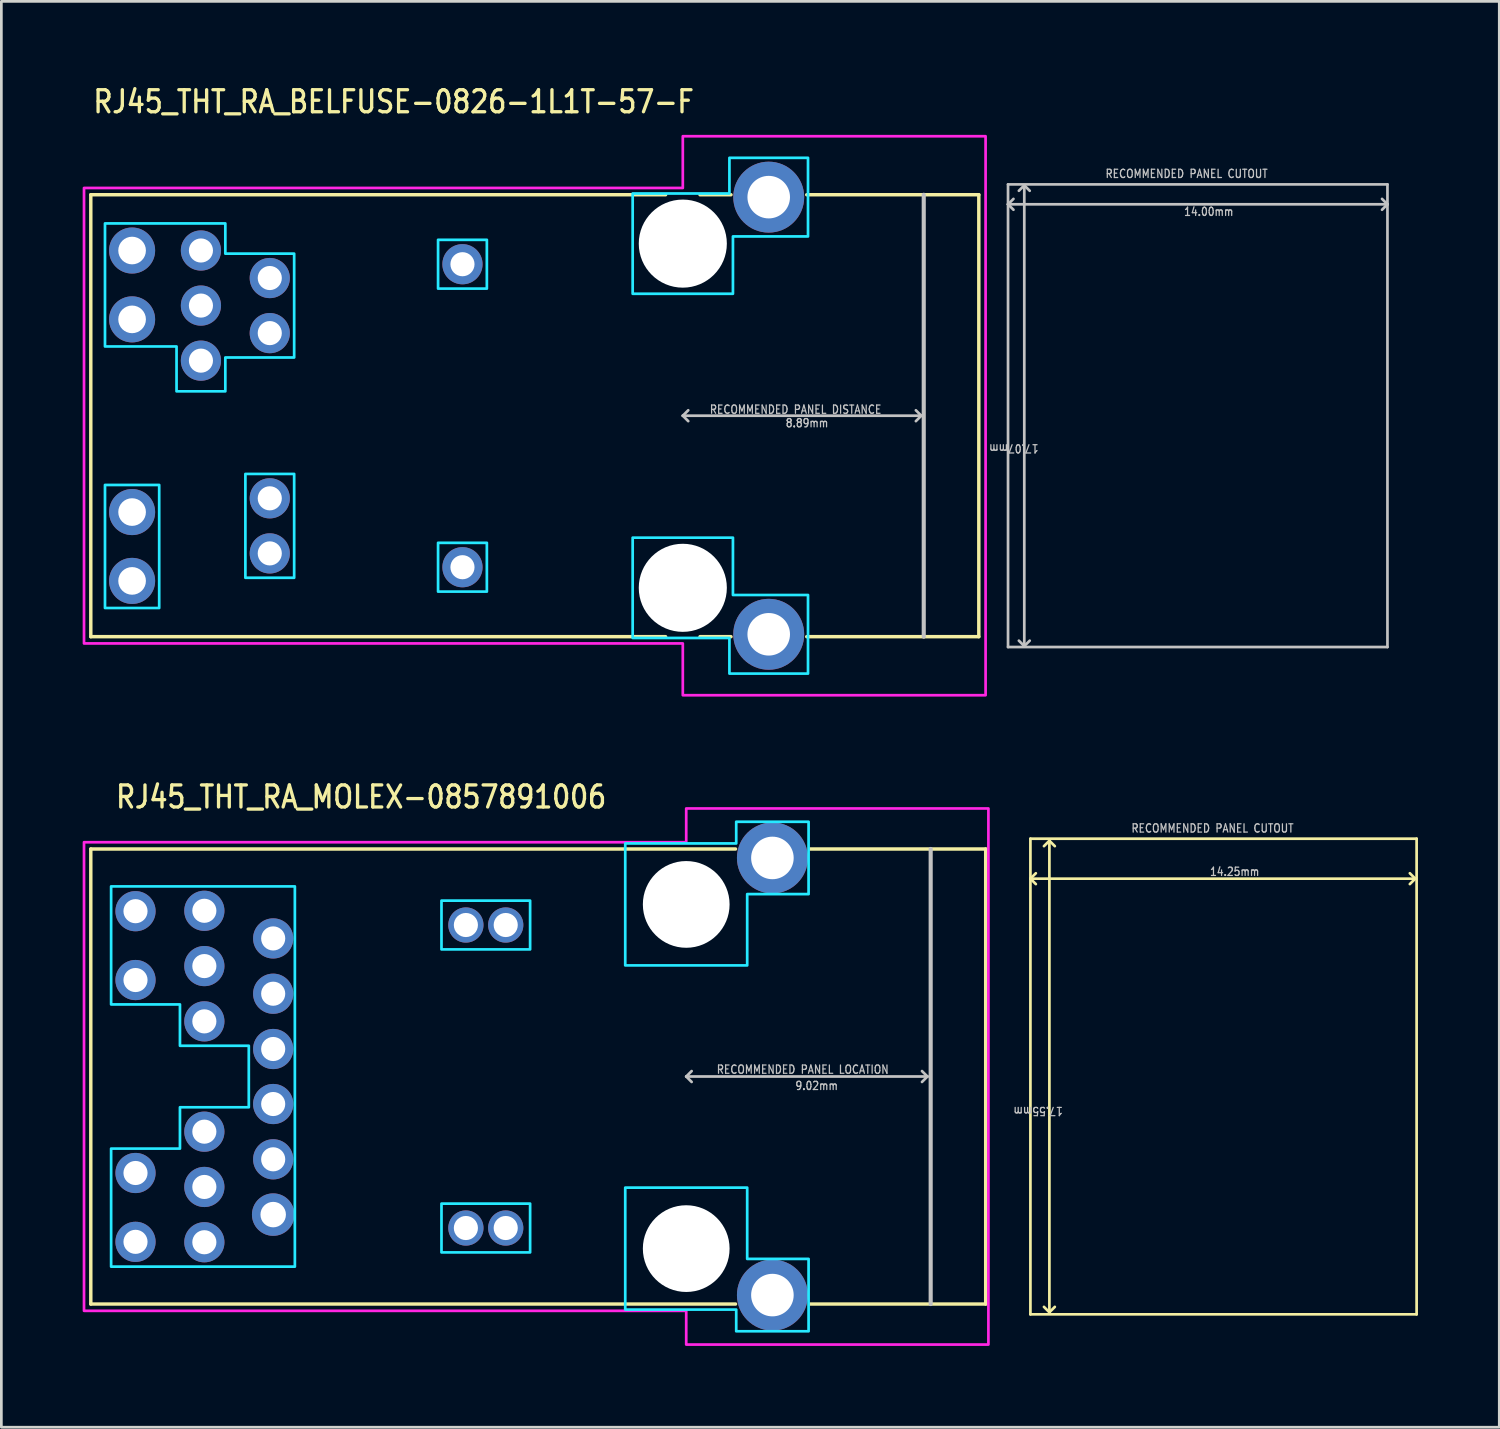
<source format=kicad_pcb>
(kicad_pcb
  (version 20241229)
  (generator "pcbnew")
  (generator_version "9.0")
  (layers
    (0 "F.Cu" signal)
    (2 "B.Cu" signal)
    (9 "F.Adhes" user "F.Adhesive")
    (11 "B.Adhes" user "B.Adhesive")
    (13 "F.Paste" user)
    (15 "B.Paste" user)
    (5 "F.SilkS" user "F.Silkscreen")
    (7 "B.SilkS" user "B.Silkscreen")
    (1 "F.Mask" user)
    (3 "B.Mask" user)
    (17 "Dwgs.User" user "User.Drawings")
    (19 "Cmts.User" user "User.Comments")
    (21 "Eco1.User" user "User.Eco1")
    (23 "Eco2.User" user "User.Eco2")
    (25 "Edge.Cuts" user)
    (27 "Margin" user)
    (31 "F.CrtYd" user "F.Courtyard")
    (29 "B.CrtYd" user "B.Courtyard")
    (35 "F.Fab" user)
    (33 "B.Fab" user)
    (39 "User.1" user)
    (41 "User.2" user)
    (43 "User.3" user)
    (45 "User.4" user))
  (footprint "RJ45_THT_RA_BELFUSE-0826-1L1T-57-F"
    (layer "F.Cu")
    (at 22.144 12.289)
    (property "Reference" "RJ45_THT_RA_BELFUSE-0826-1L1T-57-F" (at -21.82 -11.11 0) (unlocked yes) (layer "F.SilkS") (effects (font (size 0.813 0.695) (thickness 0.122)) (justify left bottom)))
    (fp_poly (pts (xy -20.07 -8.915) (xy -20.07 -5.995) (xy -13.6 -5.995) (xy -13.6 -8.915)) (stroke (width 0) (type solid)) (fill yes) (layer "F.Mask"))
    (fp_poly (pts (xy -20.07 5.995) (xy -20.07 8.915) (xy -13.6 8.915) (xy -13.6 5.995)) (stroke (width 0) (type solid)) (fill yes) (layer "F.Mask"))
    (fp_poly (pts (xy 10.92 -8.915) (xy 10.92 8.915) (xy 3.55 8.915) (xy 3.55 5.995) (xy 9.3 5.995) (xy 9.3 -5.995) (xy 3.55 -5.995) (xy 3.55 -8.915)) (stroke (width 0) (type solid)) (fill yes) (layer "F.Mask"))
    (fp_line (start -21.844 8.153) (end -21.844 -8.153) (stroke (width 0.127) (type solid)) (layer "F.SilkS"))
    (fp_line (start -0.635 -8.153) (end -21.844 -8.153) (stroke (width 0.127) (type solid)) (layer "F.SilkS"))
    (fp_line (start -0.635 8.153) (end -21.844 8.153) (stroke (width 0.127) (type solid)) (layer "F.SilkS"))
    (fp_line (start 1.778 -8.153) (end 0.635 -8.153) (stroke (width 0.127) (type solid)) (layer "F.SilkS"))
    (fp_line (start 1.778 8.153) (end 0.635 8.153) (stroke (width 0.127) (type solid)) (layer "F.SilkS"))
    (fp_line (start 10.922 -8.153) (end 4.572 -8.153) (stroke (width 0.127) (type solid)) (layer "F.SilkS"))
    (fp_line (start 10.922 -8.153) (end 10.922 8.153) (stroke (width 0.127) (type solid)) (layer "F.SilkS"))
    (fp_line (start 10.922 8.153) (end 4.572 8.153) (stroke (width 0.127) (type solid)) (layer "F.SilkS"))
    (fp_line (start 0 0) (end 0.2 -0.2) (stroke (width 0.1) (type solid)) (layer "Dwgs.User"))
    (fp_line (start 0 0) (end 0.2 0.2) (stroke (width 0.1) (type solid)) (layer "Dwgs.User"))
    (fp_line (start 0 0) (end 8.8 0) (stroke (width 0.1) (type solid)) (layer "Dwgs.User"))
    (fp_line (start 8.8 0) (end 8.6 -0.2) (stroke (width 0.1) (type solid)) (layer "Dwgs.User"))
    (fp_line (start 8.8 0) (end 8.6 0.2) (stroke (width 0.1) (type solid)) (layer "Dwgs.User"))
    (fp_line (start 8.89 -8.153) (end 8.89 8.153) (stroke (width 0.152) (type solid)) (layer "Dwgs.User"))
    (fp_line (start 12 -8.535) (end 12 -7.8) (stroke (width 0.1) (type solid)) (layer "Dwgs.User"))
    (fp_line (start 12 -7.8) (end 12 8.535) (stroke (width 0.1) (type solid)) (layer "Dwgs.User"))
    (fp_line (start 12 -7.8) (end 12.2 -7.6) (stroke (width 0.1) (type solid)) (layer "Dwgs.User"))
    (fp_line (start 12 -7.8) (end 26 -7.8) (stroke (width 0.1) (type solid)) (layer "Dwgs.User"))
    (fp_line (start 12 8.535) (end 26 8.535) (stroke (width 0.1) (type solid)) (layer "Dwgs.User"))
    (fp_line (start 12.2 -8) (end 12 -7.8) (stroke (width 0.1) (type solid)) (layer "Dwgs.User"))
    (fp_line (start 12.6 -8.5) (end 12.4 -8.3) (stroke (width 0.1) (type solid)) (layer "Dwgs.User"))
    (fp_line (start 12.6 -8.5) (end 12.6 8.5) (stroke (width 0.1) (type solid)) (layer "Dwgs.User"))
    (fp_line (start 12.6 8.5) (end 12.4 8.3) (stroke (width 0.1) (type solid)) (layer "Dwgs.User"))
    (fp_line (start 12.6 8.5) (end 12.8 8.3) (stroke (width 0.1) (type solid)) (layer "Dwgs.User"))
    (fp_line (start 12.8 -8.3) (end 12.6 -8.5) (stroke (width 0.1) (type solid)) (layer "Dwgs.User"))
    (fp_line (start 25.8 -7.6) (end 26 -7.8) (stroke (width 0.1) (type solid)) (layer "Dwgs.User"))
    (fp_line (start 26 -8.535) (end 12 -8.535) (stroke (width 0.1) (type solid)) (layer "Dwgs.User"))
    (fp_line (start 26 -7.8) (end 25.8 -8) (stroke (width 0.1) (type solid)) (layer "Dwgs.User"))
    (fp_line (start 26 -7.8) (end 26 -8.535) (stroke (width 0.1) (type solid)) (layer "Dwgs.User"))
    (fp_line (start 26 8.535) (end 26 -7.8) (stroke (width 0.1) (type solid)) (layer "Dwgs.User"))
    (fp_poly (pts (xy -21.32 2.555) (xy -19.32 2.555) (xy -19.32 7.095) (xy -21.32 7.095)) (stroke (width 0.1) (type solid)) (fill no) (layer "B.CrtYd"))
    (fp_poly (pts (xy -16.14 2.148) (xy -14.34 2.148) (xy -14.34 5.98) (xy -16.14 5.98)) (stroke (width 0.1) (type solid)) (fill no) (layer "B.CrtYd"))
    (fp_poly (pts (xy -9.03 -6.49) (xy -7.23 -6.49) (xy -7.23 -4.69) (xy -9.03 -4.69)) (stroke (width 0.1) (type solid)) (fill no) (layer "B.CrtYd"))
    (fp_poly (pts (xy -9.03 4.69) (xy -7.23 4.69) (xy -7.23 6.49) (xy -9.03 6.49)) (stroke (width 0.1) (type solid)) (fill no) (layer "B.CrtYd"))
    (fp_poly (pts (xy -1.85 -8.2) (xy -1.85 -4.5) (xy 1.85 -4.5) (xy 1.85 -6.615) (xy 4.62 -6.615) (xy 4.62 -9.515) (xy 1.72 -9.515) (xy 1.72 -8.2)) (stroke (width 0.1) (type solid)) (fill no) (layer "B.CrtYd"))
    (fp_poly (pts (xy -1.85 4.5) (xy 1.85 4.5) (xy 1.85 6.615) (xy 4.62 6.615) (xy 4.62 9.515) (xy 1.72 9.515) (xy 1.72 8.2) (xy -1.85 8.2)) (stroke (width 0.1) (type solid)) (fill no) (layer "B.CrtYd"))
    (fp_poly (pts (xy -21.32 -7.095) (xy -16.88 -7.095) (xy -16.88 -5.98) (xy -14.34 -5.98) (xy -14.34 -2.148) (xy -16.88 -2.148) (xy -16.88 -0.9) (xy -18.68 -0.9) (xy -18.68 -2.555) (xy -21.32 -2.555)) (stroke (width 0.1) (type solid)) (fill no) (layer "B.CrtYd"))
    (fp_poly (pts (xy -22.094 -8.403) (xy 0 -8.403) (xy 0 -10.313) (xy 11.172 -10.313) (xy 11.172 10.313) (xy 0 10.313) (xy 0 8.403) (xy -22.094 8.403)) (stroke (width 0.1) (type solid)) (fill no) (layer "F.CrtYd"))
    (fp_text user "8.89mm" (at 3.77 0.45 0) (unlocked yes) (layer "Dwgs.User") (effects (font (size 0.305 0.261) (thickness 0.046)) (justify left bottom)))
    (fp_text user "RECOMMENDED PANEL CUTOUT" (at 15.57 -8.75 0) (unlocked yes) (layer "Dwgs.User") (effects (font (size 0.305 0.261) (thickness 0.046)) (justify left bottom)))
    (fp_text user "14.00mm" (at 18.47 -7.35 0) (unlocked yes) (layer "Dwgs.User") (effects (font (size 0.305 0.261) (thickness 0.046)) (justify left bottom)))
    (fp_text user "17.07mm" (at 13.15 1.03 180) (unlocked yes) (layer "Dwgs.User") (effects (font (size 0.305 0.261) (thickness 0.046)) (justify left bottom)))
    (fp_text user "RECOMMENDED PANEL DISTANCE" (at 0.97 -0.05 0) (unlocked yes) (layer "Dwgs.User") (effects (font (size 0.305 0.261) (thickness 0.046)) (justify left bottom)))
    (pad "" np_thru_hole circle (at 0 -6.35) (size 3.25 3.25) (drill 3.25) (layers "*.Cu" "*.Mask"))
    (pad "" np_thru_hole circle (at 0 6.35) (size 3.25 3.25) (drill 3.25) (layers "*.Cu" "*.Mask"))
    (pad "1" thru_hole oval (at -15.24 -5.08) (size 1.483 1.483) (drill 0.89) (layers "*.Cu" "*.Mask"))
    (pad "2" thru_hole oval (at -15.24 -3.048) (size 1.483 1.483) (drill 0.89) (layers "*.Cu" "*.Mask"))
    (pad "5" thru_hole oval (at -15.24 3.048) (size 1.483 1.483) (drill 0.89) (layers "*.Cu" "*.Mask"))
    (pad "6" thru_hole oval (at -15.24 5.08) (size 1.483 1.483) (drill 0.89) (layers "*.Cu" "*.Mask"))
    (pad "7" thru_hole oval (at -17.78 -6.096) (size 1.483 1.483) (drill 0.89) (layers "*.Cu" "*.Mask"))
    (pad "8" thru_hole oval (at -17.78 -4.064) (size 1.483 1.483) (drill 0.89) (layers "*.Cu" "*.Mask"))
    (pad "9" thru_hole oval (at -17.78 -2.032) (size 1.483 1.483) (drill 0.89) (layers "*.Cu" "*.Mask"))
    (pad "10" thru_hole oval (at -8.13 -5.59) (size 1.483 1.483) (drill 0.89) (layers "*.Cu" "*.Mask"))
    (pad "11" thru_hole oval (at -8.13 5.59) (size 1.483 1.483) (drill 0.89) (layers "*.Cu" "*.Mask"))
    (pad "12" thru_hole oval (at -20.32 -6.095) (size 1.7 1.7) (drill 1.02) (layers "*.Cu" "*.Mask"))
    (pad "13" thru_hole oval (at -20.32 -3.555) (size 1.7 1.7) (drill 1.02) (layers "*.Cu" "*.Mask"))
    (pad "14" thru_hole oval (at -20.32 3.555) (size 1.7 1.7) (drill 1.02) (layers "*.Cu" "*.Mask"))
    (pad "15" thru_hole oval (at -20.32 6.095) (size 1.7 1.7) (drill 1.02) (layers "*.Cu" "*.Mask"))
    (pad "S_1" thru_hole oval (at 3.17 -8.065) (size 2.617 2.617) (drill 1.57) (layers "*.Cu" "*.Mask"))
    (pad "S_2" thru_hole oval (at 3.17 8.065) (size 2.617 2.617) (drill 1.57) (layers "*.Cu" "*.Mask")))
  (footprint "RJ45_THT_RA_MOLEX-0857891006"
    (layer "F.Cu")
    (at 22.27 36.671)
    (property "Reference" "RJ45_THT_RA_MOLEX-0857891006" (at -21.11 -9.84 0) (unlocked yes) (layer "F.SilkS") (effects (font (size 0.813 0.695) (thickness 0.122)) (justify left bottom)))
    (fp_line (start -21.97 8.395) (end -21.97 -8.395) (stroke (width 0.127) (type solid)) (layer "F.SilkS"))
    (fp_line (start 1.82 -8.395) (end -21.97 -8.395) (stroke (width 0.127) (type solid)) (layer "F.SilkS"))
    (fp_line (start 1.82 8.395) (end -21.97 8.395) (stroke (width 0.127) (type solid)) (layer "F.SilkS"))
    (fp_line (start 11.05 -8.395) (end 4.57 -8.395) (stroke (width 0.127) (type solid)) (layer "F.SilkS"))
    (fp_line (start 11.05 -8.395) (end 11.05 8.395) (stroke (width 0.127) (type solid)) (layer "F.SilkS"))
    (fp_line (start 11.05 8.395) (end 4.57 8.395) (stroke (width 0.127) (type solid)) (layer "F.SilkS"))
    (fp_line (start 12.7 -8.775) (end 26.95 -8.775) (stroke (width 0.1) (type solid)) (layer "F.SilkS"))
    (fp_line (start 12.7 -7.3) (end 12.7 -8.775) (stroke (width 0.1) (type solid)) (layer "F.SilkS"))
    (fp_line (start 12.7 -7.3) (end 12.9 -7.1) (stroke (width 0.1) (type solid)) (layer "F.SilkS"))
    (fp_line (start 12.7 -7.3) (end 26.9 -7.3) (stroke (width 0.1) (type solid)) (layer "F.SilkS"))
    (fp_line (start 12.7 8.775) (end 12.7 -7.3) (stroke (width 0.1) (type solid)) (layer "F.SilkS"))
    (fp_line (start 12.9 -7.5) (end 12.7 -7.3) (stroke (width 0.1) (type solid)) (layer "F.SilkS"))
    (fp_line (start 13.2 -8.5) (end 13.4 -8.7) (stroke (width 0.1) (type solid)) (layer "F.SilkS"))
    (fp_line (start 13.4 -8.7) (end 13.4 8.7) (stroke (width 0.1) (type solid)) (layer "F.SilkS"))
    (fp_line (start 13.4 -8.7) (end 13.6 -8.5) (stroke (width 0.1) (type solid)) (layer "F.SilkS"))
    (fp_line (start 13.4 8.7) (end 13.2 8.5) (stroke (width 0.1) (type solid)) (layer "F.SilkS"))
    (fp_line (start 13.4 8.7) (end 13.6 8.5) (stroke (width 0.1) (type solid)) (layer "F.SilkS"))
    (fp_line (start 26.9 -7.3) (end 26.7 -7.5) (stroke (width 0.1) (type solid)) (layer "F.SilkS"))
    (fp_line (start 26.9 -7.3) (end 26.7 -7.1) (stroke (width 0.1) (type solid)) (layer "F.SilkS"))
    (fp_line (start 26.95 -8.775) (end 26.95 8.775) (stroke (width 0.1) (type solid)) (layer "F.SilkS"))
    (fp_line (start 26.95 8.775) (end 12.7 8.775) (stroke (width 0.1) (type solid)) (layer "F.SilkS"))
    (fp_line (start 0 0) (end 0.2 -0.2) (stroke (width 0.1) (type solid)) (layer "Dwgs.User"))
    (fp_line (start 0 0) (end 0.2 0.2) (stroke (width 0.1) (type solid)) (layer "Dwgs.User"))
    (fp_line (start 0 0) (end 8.9 0) (stroke (width 0.1) (type solid)) (layer "Dwgs.User"))
    (fp_line (start 8.9 0) (end 8.7 -0.2) (stroke (width 0.1) (type solid)) (layer "Dwgs.User"))
    (fp_line (start 8.9 0) (end 8.7 0.2) (stroke (width 0.1) (type solid)) (layer "Dwgs.User"))
    (fp_line (start 9.02 -8.395) (end 9.02 8.395) (stroke (width 0.152) (type solid)) (layer "Dwgs.User"))
    (fp_poly (pts (xy -9.03 -6.49) (xy -5.76 -6.49) (xy -5.76 -4.69) (xy -9.03 -4.69)) (stroke (width 0.1) (type solid)) (fill no) (layer "B.CrtYd"))
    (fp_poly (pts (xy -9.03 4.69) (xy -5.76 4.69) (xy -5.76 6.49) (xy -9.03 6.49)) (stroke (width 0.1) (type solid)) (fill no) (layer "B.CrtYd"))
    (fp_poly (pts (xy -2.25 -8.6) (xy -2.25 -4.1) (xy 2.25 -4.1) (xy 2.25 -6.73) (xy 4.515 -6.73) (xy 4.515 -9.4) (xy 1.845 -9.4) (xy 1.845 -8.6)) (stroke (width 0.1) (type solid)) (fill no) (layer "B.CrtYd"))
    (fp_poly (pts (xy -2.25 8.6) (xy -2.25 4.1) (xy 2.25 4.1) (xy 2.25 6.73) (xy 4.515 6.73) (xy 4.515 9.4) (xy 1.845 9.4) (xy 1.845 8.6)) (stroke (width 0.1) (type solid)) (fill no) (layer "B.CrtYd"))
    (fp_poly (pts (xy -21.22 -7.015) (xy -21.22 -2.66) (xy -18.68 -2.66) (xy -18.68 -1.135) (xy -16.14 -1.135) (xy -16.14 1.135) (xy -18.68 1.135) (xy -18.68 2.66) (xy -21.22 2.66) (xy -21.22 7.015) (xy -14.44 7.015) (xy -14.44 -7.015)) (stroke (width 0.1) (type solid)) (fill no) (layer "B.CrtYd"))
    (fp_poly (pts (xy -22.22 8.645) (xy -22.22 -8.645) (xy 1.72 -8.645) (xy 0 -8.6) (xy 0 -9.89) (xy 11.15 -9.89) (xy 11.15 9.89) (xy 0 9.89) (xy 0 8.645)) (stroke (width 0.1) (type solid)) (fill no) (layer "F.CrtYd"))
    (fp_text user "RECOMMENDED PANEL CUTOUT" (at 16.4 -8.98 0) (unlocked yes) (layer "Dwgs.User") (effects (font (size 0.305 0.261) (thickness 0.046)) (justify left bottom)))
    (fp_text user "9.02mm" (at 4 0.52 0) (unlocked yes) (layer "Dwgs.User") (effects (font (size 0.305 0.261) (thickness 0.046)) (justify left bottom)))
    (fp_text user "RECOMMENDED PANEL LOCATION" (at 1.1 -0.08 0) (unlocked yes) (layer "Dwgs.User") (effects (font (size 0.305 0.261) (thickness 0.046)) (justify left bottom)))
    (fp_text user "14.25mm" (at 19.3 -7.38 0) (unlocked yes) (layer "Dwgs.User") (effects (font (size 0.305 0.261) (thickness 0.046)) (justify left bottom)))
    (fp_text user "17.55mm" (at 13.92 1.1 180) (unlocked yes) (layer "Dwgs.User") (effects (font (size 0.305 0.261) (thickness 0.046)) (justify left bottom)))
    (pad "" np_thru_hole circle (at 0 -6.35) (size 3.2 3.2) (drill 3.2) (layers "*.Cu" "*.Mask"))
    (pad "" np_thru_hole circle (at 0 6.35) (size 3.2 3.2) (drill 3.2) (layers "*.Cu" "*.Mask"))
    (pad "1" thru_hole oval (at -15.24 -5.095) (size 1.483 1.483) (drill 0.89) (layers "*.Cu" "*.Mask"))
    (pad "2" thru_hole oval (at -15.24 -3.055) (size 1.483 1.483) (drill 0.89) (layers "*.Cu" "*.Mask"))
    (pad "3" thru_hole oval (at -15.24 -1.015) (size 1.483 1.483) (drill 0.89) (layers "*.Cu" "*.Mask"))
    (pad "4" thru_hole oval (at -15.24 1.015) (size 1.483 1.483) (drill 0.89) (layers "*.Cu" "*.Mask"))
    (pad "5" thru_hole oval (at -15.24 3.055) (size 1.483 1.483) (drill 0.89) (layers "*.Cu" "*.Mask"))
    (pad "6" thru_hole oval (at -15.24 5.095) (size 1.567 1.567) (drill 0.94) (layers "*.Cu" "*.Mask"))
    (pad "7" thru_hole oval (at -17.78 -6.115) (size 1.483 1.483) (drill 0.89) (layers "*.Cu" "*.Mask"))
    (pad "8" thru_hole oval (at -17.78 -4.075) (size 1.483 1.483) (drill 0.89) (layers "*.Cu" "*.Mask"))
    (pad "9" thru_hole oval (at -17.78 -2.035) (size 1.483 1.483) (drill 0.89) (layers "*.Cu" "*.Mask"))
    (pad "10" thru_hole oval (at -17.78 2.035) (size 1.483 1.483) (drill 0.89) (layers "*.Cu" "*.Mask"))
    (pad "11" thru_hole oval (at -17.78 4.075) (size 1.483 1.483) (drill 0.89) (layers "*.Cu" "*.Mask"))
    (pad "12" thru_hole oval (at -17.78 6.115) (size 1.483 1.483) (drill 0.89) (layers "*.Cu" "*.Mask"))
    (pad "13" thru_hole oval (at -20.32 -6.1) (size 1.483 1.483) (drill 0.89) (layers "*.Cu" "*.Mask"))
    (pad "14" thru_hole oval (at -20.32 -3.56) (size 1.483 1.483) (drill 0.89) (layers "*.Cu" "*.Mask"))
    (pad "15" thru_hole oval (at -20.32 3.56) (size 1.483 1.483) (drill 0.89) (layers "*.Cu" "*.Mask"))
    (pad "16" thru_hole oval (at -20.32 6.1) (size 1.483 1.483) (drill 0.89) (layers "*.Cu" "*.Mask"))
    (pad "PWR_1" thru_hole oval (at -8.13 -5.59) (size 1.3 1.3) (drill 0.89) (layers "*.Cu" "*.Mask"))
    (pad "PWR_2" thru_hole oval (at -8.13 5.59) (size 1.3 1.3) (drill 0.89) (layers "*.Cu" "*.Mask"))
    (pad "PWR_3" thru_hole oval (at -6.66 -5.59) (size 1.3 1.3) (drill 0.89) (layers "*.Cu" "*.Mask"))
    (pad "PWR_4" thru_hole oval (at -6.66 5.59) (size 1.3 1.3) (drill 0.89) (layers "*.Cu" "*.Mask"))
    (pad "S_1" thru_hole oval (at 3.18 -8.065) (size 2.617 2.617) (drill 1.57) (layers "*.Cu" "*.Mask"))
    (pad "S_2" thru_hole oval (at 3.18 8.065) (size 2.617 2.617) (drill 1.57) (layers "*.Cu" "*.Mask")))
  (gr_rect
    (start -3 -3)
    (end 52.27 49.611)
    (stroke (width 0.1) (type default))
    (fill no)
    (layer "Edge.Cuts")))
</source>
